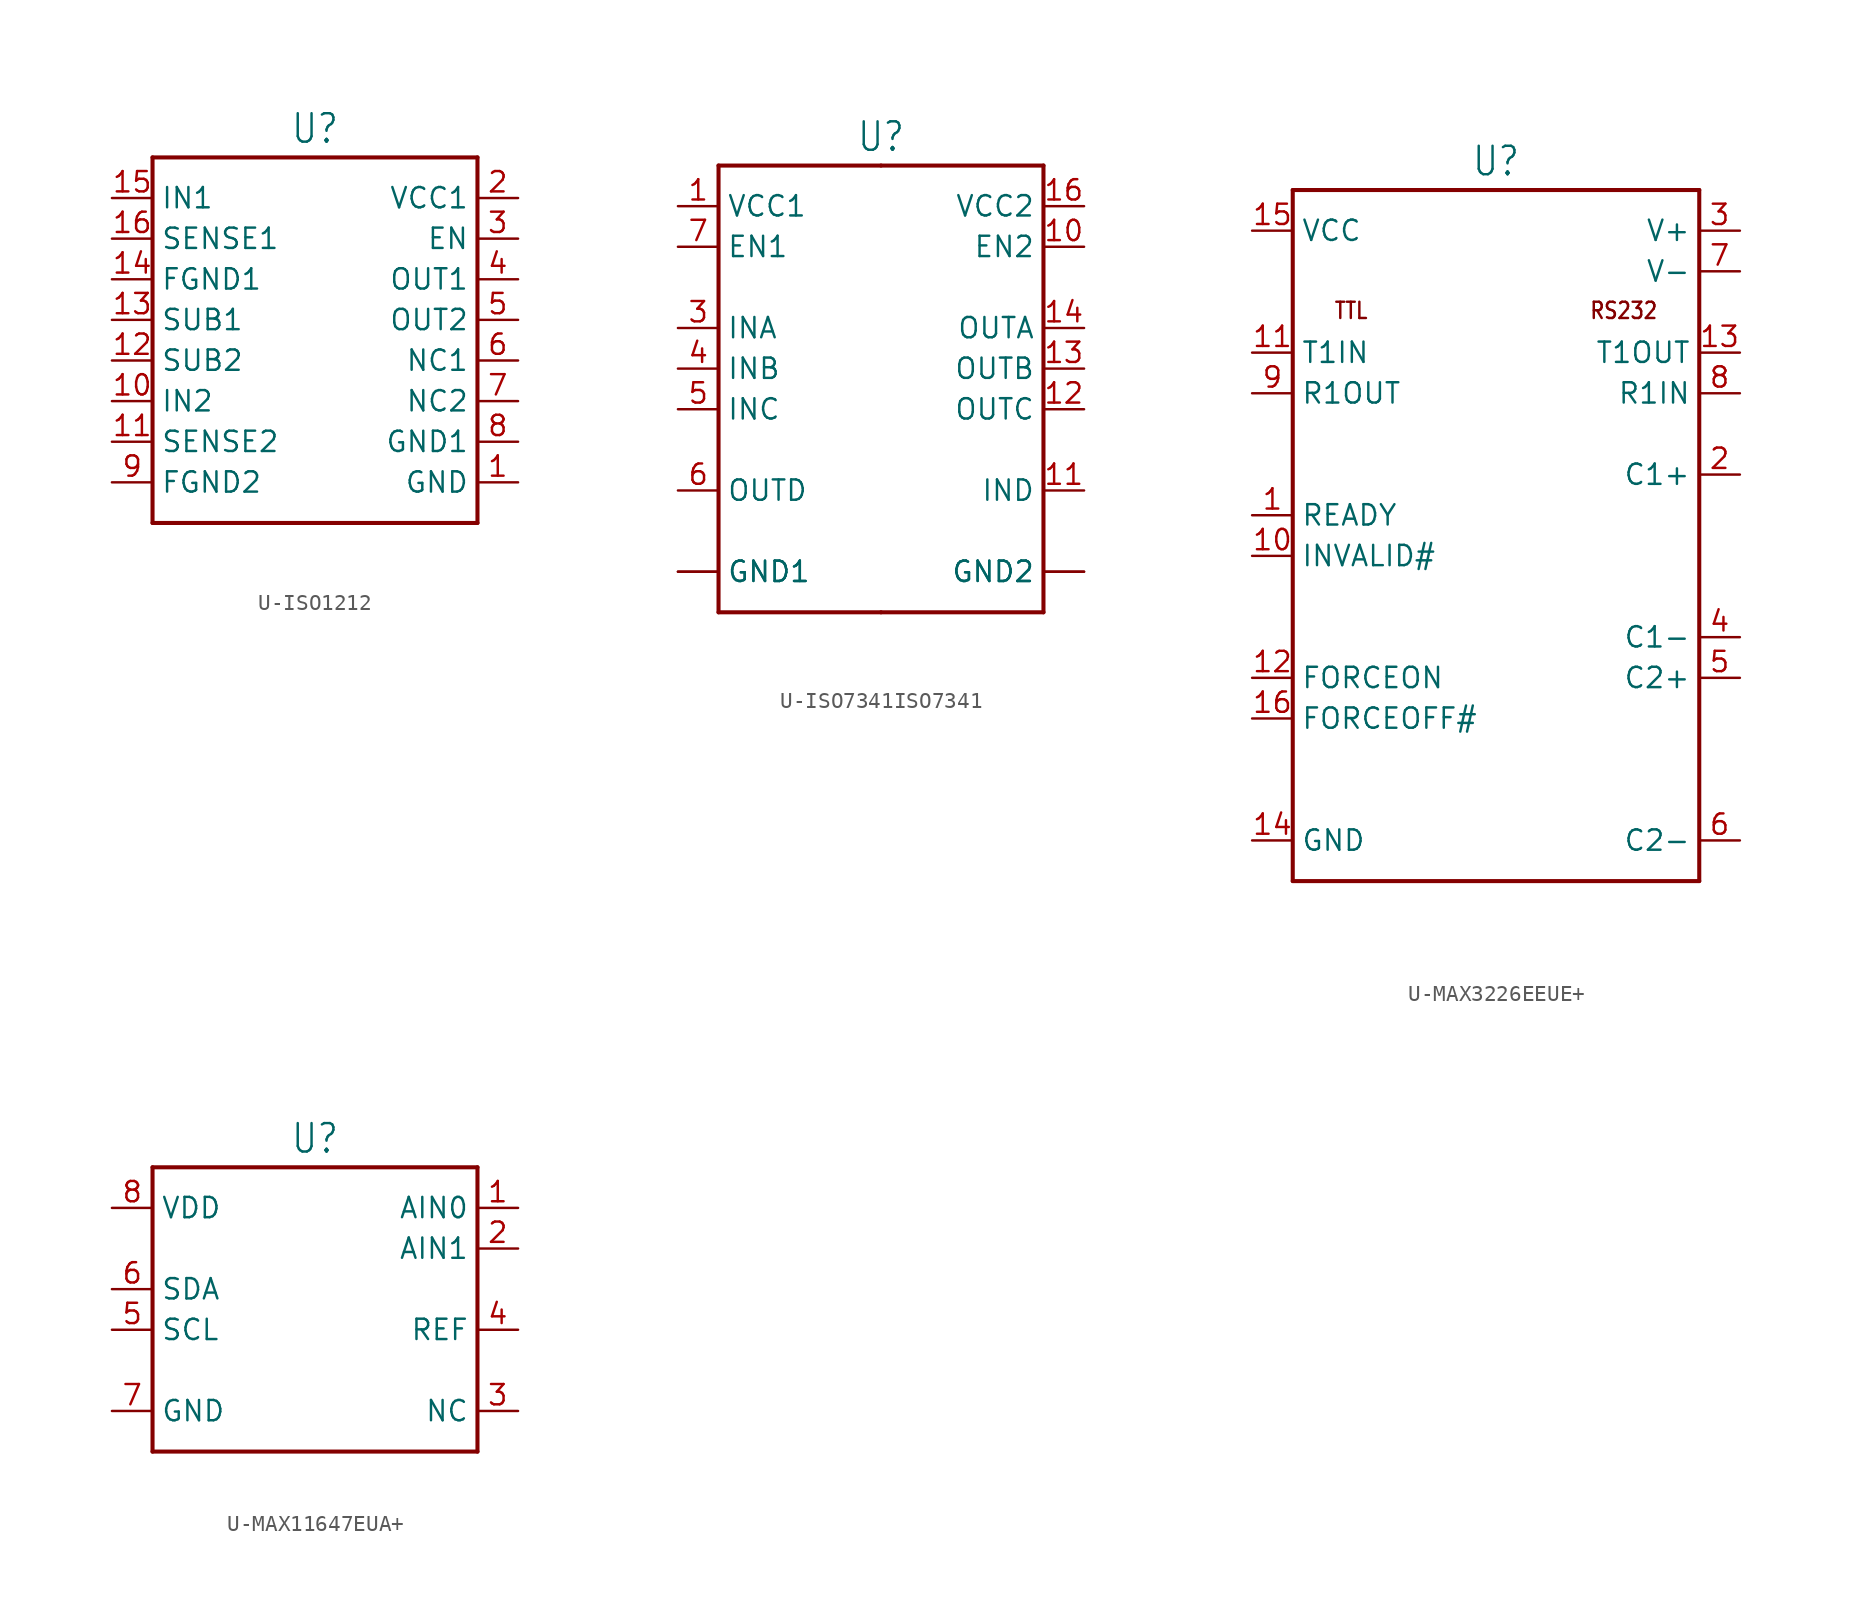
<source format=kicad_sym>
(kicad_symbol_lib
  (version 20231120)
  (generator "kicad_symbol_editor")
  (generator_version "8.0")
  (symbol "U-ISO1212"
    (property "Reference" "U"
      (at 0 10.922 0)
      (effects (font (size 1.778 1.511)) (justify bottom)))
    (property "Value" ""
      (at 0 -13.462 0)
      (effects (font (size 1.778 1.511)) (justify top)))
    (property "ki_locked" ""
      (at 0 0 0)
      (effects (font (size 1.27 1.27))))
    (symbol "U-ISO1212_1_0"
      (polyline (pts (xy -10.16 -12.7) (xy -10.16 10.16)) (stroke (width 0.254) (type solid)) (fill (type none)))
      (polyline (pts (xy -10.16 10.16) (xy 10.16 10.16)) (stroke (width 0.254) (type solid)) (fill (type none)))
      (polyline (pts (xy 10.16 -12.7) (xy -10.16 -12.7)) (stroke (width 0.254) (type solid)) (fill (type none)))
      (polyline (pts (xy 10.16 10.16) (xy 10.16 -12.7)) (stroke (width 0.254) (type solid)) (fill (type none)))
      (pin passive line (at 12.7 -10.16 180) (length 2.54) (name "GND" (effects (font (size 1.27 1.27)))) (number "1" (effects (font (size 1.27 1.27)))))
      (pin passive line (at -12.7 -5.08 0) (length 2.54) (name "IN2" (effects (font (size 1.27 1.27)))) (number "10" (effects (font (size 1.27 1.27)))))
      (pin passive line (at -12.7 -7.62 0) (length 2.54) (name "SENSE2" (effects (font (size 1.27 1.27)))) (number "11" (effects (font (size 1.27 1.27)))))
      (pin passive line (at -12.7 -2.54 0) (length 2.54) (name "SUB2" (effects (font (size 1.27 1.27)))) (number "12" (effects (font (size 1.27 1.27)))))
      (pin passive line (at -12.7 0 0) (length 2.54) (name "SUB1" (effects (font (size 1.27 1.27)))) (number "13" (effects (font (size 1.27 1.27)))))
      (pin passive line (at -12.7 2.54 0) (length 2.54) (name "FGND1" (effects (font (size 1.27 1.27)))) (number "14" (effects (font (size 1.27 1.27)))))
      (pin passive line (at -12.7 7.62 0) (length 2.54) (name "IN1" (effects (font (size 1.27 1.27)))) (number "15" (effects (font (size 1.27 1.27)))))
      (pin passive line (at -12.7 5.08 0) (length 2.54) (name "SENSE1" (effects (font (size 1.27 1.27)))) (number "16" (effects (font (size 1.27 1.27)))))
      (pin passive line (at 12.7 7.62 180) (length 2.54) (name "VCC1" (effects (font (size 1.27 1.27)))) (number "2" (effects (font (size 1.27 1.27)))))
      (pin passive line (at 12.7 5.08 180) (length 2.54) (name "EN" (effects (font (size 1.27 1.27)))) (number "3" (effects (font (size 1.27 1.27)))))
      (pin passive line (at 12.7 2.54 180) (length 2.54) (name "OUT1" (effects (font (size 1.27 1.27)))) (number "4" (effects (font (size 1.27 1.27)))))
      (pin passive line (at 12.7 0 180) (length 2.54) (name "OUT2" (effects (font (size 1.27 1.27)))) (number "5" (effects (font (size 1.27 1.27)))))
      (pin passive line (at 12.7 -2.54 180) (length 2.54) (name "NC1" (effects (font (size 1.27 1.27)))) (number "6" (effects (font (size 1.27 1.27)))))
      (pin passive line (at 12.7 -5.08 180) (length 2.54) (name "NC2" (effects (font (size 1.27 1.27)))) (number "7" (effects (font (size 1.27 1.27)))))
      (pin passive line (at 12.7 -7.62 180) (length 2.54) (name "GND1" (effects (font (size 1.27 1.27)))) (number "8" (effects (font (size 1.27 1.27)))))
      (pin passive line (at -12.7 -10.16 0) (length 2.54) (name "FGND2" (effects (font (size 1.27 1.27)))) (number "9" (effects (font (size 1.27 1.27)))))))
  (symbol "U-ISO7341ISO7341"
    (property "Reference" "U"
      (at 0 13.462 0)
      (effects (font (size 1.778 1.511)) (justify bottom)))
    (property "Value" ""
      (at 0 -16.002 0)
      (effects (font (size 1.778 1.511)) (justify top)))
    (property "ki_locked" ""
      (at 0 0 0)
      (effects (font (size 1.27 1.27))))
    (symbol "U-ISO7341ISO7341_1_0"
      (polyline (pts (xy -10.16 -15.24) (xy -10.16 12.7)) (stroke (width 0.254) (type solid)) (fill (type none)))
      (polyline (pts (xy -10.16 12.7) (xy 0 12.7)) (stroke (width 0.254) (type solid)) (fill (type none)))
      (polyline (pts (xy 0 -15.24) (xy -10.16 -15.24)) (stroke (width 0.254) (type solid)) (fill (type none)))
      (polyline (pts (xy 0 12.7) (xy 10.16 12.7)) (stroke (width 0.254) (type solid)) (fill (type none)))
      (polyline (pts (xy 10.16 -15.24) (xy 0 -15.24)) (stroke (width 0.254) (type solid)) (fill (type none)))
      (polyline (pts (xy 10.16 12.7) (xy 10.16 -15.24)) (stroke (width 0.254) (type solid)) (fill (type none)))
      (pin passive line (at -12.7 10.16 0) (length 2.54) (name "VCC1" (effects (font (size 1.27 1.27)))) (number "1" (effects (font (size 1.27 1.27)))))
      (pin passive line (at 12.7 7.62 180) (length 2.54) (name "EN2" (effects (font (size 1.27 1.27)))) (number "10" (effects (font (size 1.27 1.27)))))
      (pin passive line (at 12.7 -7.62 180) (length 2.54) (name "IND" (effects (font (size 1.27 1.27)))) (number "11" (effects (font (size 1.27 1.27)))))
      (pin passive line (at 12.7 -2.54 180) (length 2.54) (name "OUTC" (effects (font (size 1.27 1.27)))) (number "12" (effects (font (size 1.27 1.27)))))
      (pin passive line (at 12.7 0 180) (length 2.54) (name "OUTB" (effects (font (size 1.27 1.27)))) (number "13" (effects (font (size 1.27 1.27)))))
      (pin passive line (at 12.7 2.54 180) (length 2.54) (name "OUTA" (effects (font (size 1.27 1.27)))) (number "14" (effects (font (size 1.27 1.27)))))
      (pin passive line (at 12.7 -12.7 180) (length 2.54) (name "GND2" (effects (font (size 1.27 1.27)))) (number "15" (effects (font (size 0 0)))))
      (pin passive line (at 12.7 10.16 180) (length 2.54) (name "VCC2" (effects (font (size 1.27 1.27)))) (number "16" (effects (font (size 1.27 1.27)))))
      (pin passive line (at -12.7 -12.7 0) (length 2.54) (name "GND1" (effects (font (size 1.27 1.27)))) (number "2" (effects (font (size 0 0)))))
      (pin passive line (at -12.7 2.54 0) (length 2.54) (name "INA" (effects (font (size 1.27 1.27)))) (number "3" (effects (font (size 1.27 1.27)))))
      (pin passive line (at -12.7 0 0) (length 2.54) (name "INB" (effects (font (size 1.27 1.27)))) (number "4" (effects (font (size 1.27 1.27)))))
      (pin passive line (at -12.7 -2.54 0) (length 2.54) (name "INC" (effects (font (size 1.27 1.27)))) (number "5" (effects (font (size 1.27 1.27)))))
      (pin passive line (at -12.7 -7.62 0) (length 2.54) (name "OUTD" (effects (font (size 1.27 1.27)))) (number "6" (effects (font (size 1.27 1.27)))))
      (pin passive line (at -12.7 7.62 0) (length 2.54) (name "EN1" (effects (font (size 1.27 1.27)))) (number "7" (effects (font (size 1.27 1.27)))))
      (pin passive line (at -12.7 -12.7 0) (length 2.54) (name "GND1" (effects (font (size 1.27 1.27)))) (number "8" (effects (font (size 0 0)))))
      (pin passive line (at 12.7 -12.7 180) (length 2.54) (name "GND2" (effects (font (size 1.27 1.27)))) (number "9" (effects (font (size 0 0)))))))
  (symbol "U-MAX3226EEUE+"
    (property "Reference" "U"
      (at 0 21.082 0)
      (effects (font (size 1.778 1.511)) (justify bottom)))
    (property "Value" ""
      (at 0 -23.622 0)
      (effects (font (size 1.778 1.511)) (justify top)))
    (property "ki_locked" ""
      (at 0 0 0)
      (effects (font (size 1.27 1.27))))
    (symbol "U-MAX3226EEUE+_1_0"
      (polyline (pts (xy -12.7 -22.86) (xy -12.7 20.32)) (stroke (width 0.254) (type solid)) (fill (type none)))
      (polyline (pts (xy -12.7 20.32) (xy 12.7 20.32)) (stroke (width 0.254) (type solid)) (fill (type none)))
      (polyline (pts (xy 12.7 -22.86) (xy -12.7 -22.86)) (stroke (width 0.254) (type solid)) (fill (type none)))
      (polyline (pts (xy 12.7 20.32) (xy 12.7 -22.86)) (stroke (width 0.254) (type solid)) (fill (type none)))
      (text "RS232" (at 10.16 12.192 0) (effects (font (size 1.016 0.864)) (justify right bottom)))
      (text "TTL" (at -10.16 12.192 0) (effects (font (size 1.016 0.864)) (justify left bottom)))
      (pin passive line (at -15.24 0 0) (length 2.54) (name "READY" (effects (font (size 1.27 1.27)))) (number "1" (effects (font (size 1.27 1.27)))))
      (pin passive line (at -15.24 -2.54 0) (length 2.54) (name "INVALID#" (effects (font (size 1.27 1.27)))) (number "10" (effects (font (size 1.27 1.27)))))
      (pin passive line (at -15.24 10.16 0) (length 2.54) (name "T1IN" (effects (font (size 1.27 1.27)))) (number "11" (effects (font (size 1.27 1.27)))))
      (pin passive line (at -15.24 -10.16 0) (length 2.54) (name "FORCEON" (effects (font (size 1.27 1.27)))) (number "12" (effects (font (size 1.27 1.27)))))
      (pin passive line (at 15.24 10.16 180) (length 2.54) (name "T1OUT" (effects (font (size 1.27 1.27)))) (number "13" (effects (font (size 1.27 1.27)))))
      (pin passive line (at -15.24 -20.32 0) (length 2.54) (name "GND" (effects (font (size 1.27 1.27)))) (number "14" (effects (font (size 1.27 1.27)))))
      (pin passive line (at -15.24 17.78 0) (length 2.54) (name "VCC" (effects (font (size 1.27 1.27)))) (number "15" (effects (font (size 1.27 1.27)))))
      (pin passive line (at -15.24 -12.7 0) (length 2.54) (name "FORCEOFF#" (effects (font (size 1.27 1.27)))) (number "16" (effects (font (size 1.27 1.27)))))
      (pin passive line (at 15.24 2.54 180) (length 2.54) (name "C1+" (effects (font (size 1.27 1.27)))) (number "2" (effects (font (size 1.27 1.27)))))
      (pin passive line (at 15.24 17.78 180) (length 2.54) (name "V+" (effects (font (size 1.27 1.27)))) (number "3" (effects (font (size 1.27 1.27)))))
      (pin passive line (at 15.24 -7.62 180) (length 2.54) (name "C1-" (effects (font (size 1.27 1.27)))) (number "4" (effects (font (size 1.27 1.27)))))
      (pin passive line (at 15.24 -10.16 180) (length 2.54) (name "C2+" (effects (font (size 1.27 1.27)))) (number "5" (effects (font (size 1.27 1.27)))))
      (pin passive line (at 15.24 -20.32 180) (length 2.54) (name "C2-" (effects (font (size 1.27 1.27)))) (number "6" (effects (font (size 1.27 1.27)))))
      (pin passive line (at 15.24 15.24 180) (length 2.54) (name "V-" (effects (font (size 1.27 1.27)))) (number "7" (effects (font (size 1.27 1.27)))))
      (pin passive line (at 15.24 7.62 180) (length 2.54) (name "R1IN" (effects (font (size 1.27 1.27)))) (number "8" (effects (font (size 1.27 1.27)))))
      (pin passive line (at -15.24 7.62 0) (length 2.54) (name "R1OUT" (effects (font (size 1.27 1.27)))) (number "9" (effects (font (size 1.27 1.27)))))))
  (symbol "U-MAX11647EUA+"
    (property "Reference" "U"
      (at 0 8.382 0)
      (effects (font (size 1.778 1.511)) (justify bottom)))
    (property "Value" ""
      (at 0 -10.922 0)
      (effects (font (size 1.778 1.511)) (justify top)))
    (property "ki_locked" ""
      (at 0 0 0)
      (effects (font (size 1.27 1.27))))
    (symbol "U-MAX11647EUA+_1_0"
      (polyline (pts (xy -10.16 -10.16) (xy 10.16 -10.16)) (stroke (width 0.254) (type solid)) (fill (type none)))
      (polyline (pts (xy -10.16 7.62) (xy -10.16 -10.16)) (stroke (width 0.254) (type solid)) (fill (type none)))
      (polyline (pts (xy -10.16 7.62) (xy 10.16 7.62)) (stroke (width 0.254) (type solid)) (fill (type none)))
      (polyline (pts (xy 10.16 7.62) (xy 10.16 -10.16)) (stroke (width 0.254) (type solid)) (fill (type none)))
      (pin passive line (at 12.7 5.08 180) (length 2.54) (name "AIN0" (effects (font (size 1.27 1.27)))) (number "1" (effects (font (size 1.27 1.27)))))
      (pin passive line (at 12.7 2.54 180) (length 2.54) (name "AIN1" (effects (font (size 1.27 1.27)))) (number "2" (effects (font (size 1.27 1.27)))))
      (pin passive line (at 12.7 -7.62 180) (length 2.54) (name "NC" (effects (font (size 1.27 1.27)))) (number "3" (effects (font (size 1.27 1.27)))))
      (pin passive line (at 12.7 -2.54 180) (length 2.54) (name "REF" (effects (font (size 1.27 1.27)))) (number "4" (effects (font (size 1.27 1.27)))))
      (pin passive line (at -12.7 -2.54 0) (length 2.54) (name "SCL" (effects (font (size 1.27 1.27)))) (number "5" (effects (font (size 1.27 1.27)))))
      (pin passive line (at -12.7 0 0) (length 2.54) (name "SDA" (effects (font (size 1.27 1.27)))) (number "6" (effects (font (size 1.27 1.27)))))
      (pin passive line (at -12.7 -7.62 0) (length 2.54) (name "GND" (effects (font (size 1.27 1.27)))) (number "7" (effects (font (size 1.27 1.27)))))
      (pin passive line (at -12.7 5.08 0) (length 2.54) (name "VDD" (effects (font (size 1.27 1.27)))) (number "8" (effects (font (size 1.27 1.27))))))))
</source>
